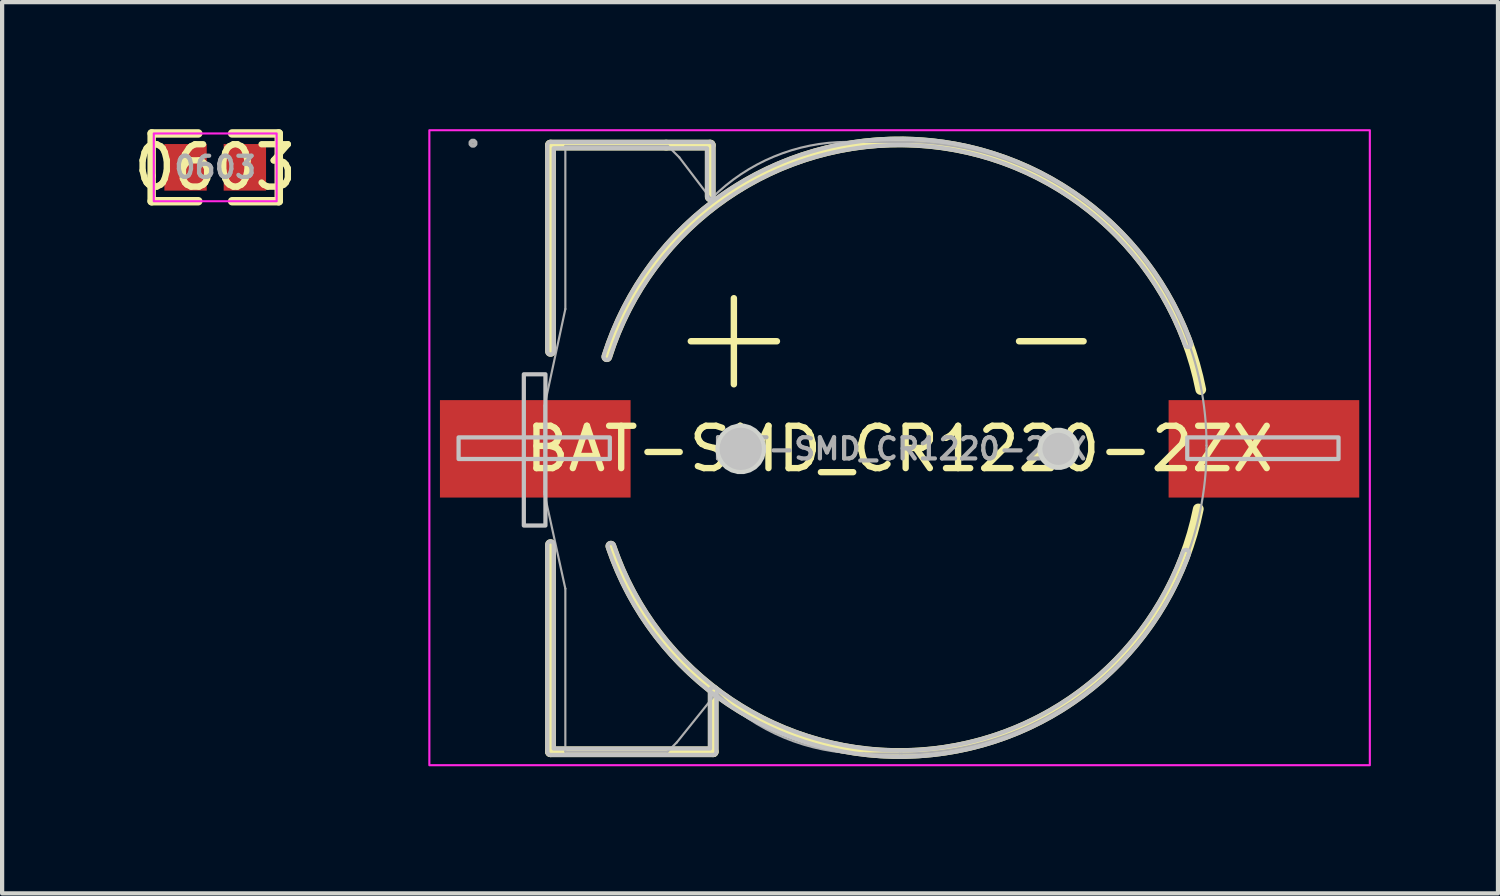
<source format=kicad_pcb>
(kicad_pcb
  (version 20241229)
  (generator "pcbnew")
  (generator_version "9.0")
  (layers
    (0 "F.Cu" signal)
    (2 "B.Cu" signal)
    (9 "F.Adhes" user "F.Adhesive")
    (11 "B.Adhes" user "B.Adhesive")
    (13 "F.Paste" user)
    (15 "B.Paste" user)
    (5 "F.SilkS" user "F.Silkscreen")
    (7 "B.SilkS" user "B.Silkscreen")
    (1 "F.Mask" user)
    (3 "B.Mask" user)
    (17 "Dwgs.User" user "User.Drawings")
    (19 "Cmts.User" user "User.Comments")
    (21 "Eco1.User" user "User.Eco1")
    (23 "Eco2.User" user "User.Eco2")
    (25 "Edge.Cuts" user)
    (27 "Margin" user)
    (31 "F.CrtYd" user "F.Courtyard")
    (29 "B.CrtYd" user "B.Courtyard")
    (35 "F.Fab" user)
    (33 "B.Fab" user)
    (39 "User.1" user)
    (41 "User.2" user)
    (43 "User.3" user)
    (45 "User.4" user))
  (footprint "BAT-SMD_CR1220-2ZX"
    (layer "F.Cu")
    (at 18.185 7.545)
    (property "Reference" "BAT-SMD_CR1220-2ZX" (at 0 0 0) (layer "F.SilkS") (effects (font (size 1 1) (thickness 0.15))))
    (fp_line (start -8.24 -7.17) (end -5.51 -7.17) (stroke (width 0.254) (type default)) (layer "F.SilkS"))
    (fp_line (start -8.24 -2.3) (end -8.24 -7.17) (stroke (width 0.254) (type default)) (layer "F.SilkS"))
    (fp_line (start -8.24 2.26) (end -8.24 7.15) (stroke (width 0.254) (type default)) (layer "F.SilkS"))
    (fp_line (start -8.24 7.15) (end -4.4 7.15) (stroke (width 0.254) (type default)) (layer "F.SilkS"))
    (fp_line (start -5.51 -7.17) (end -4.47 -7.17) (stroke (width 0.254) (type default)) (layer "F.SilkS"))
    (fp_line (start -4.928 -2.54) (end -2.896 -2.54) (stroke (width 0.152) (type default)) (layer "F.SilkS"))
    (fp_line (start -4.47 -7.17) (end -4.47 -5.95) (stroke (width 0.254) (type default)) (layer "F.SilkS"))
    (fp_line (start -4.4 5.706) (end -4.378 5.706) (stroke (width 0.254) (type default)) (layer "F.SilkS"))
    (fp_line (start -4.4 7.15) (end -4.4 5.706) (stroke (width 0.254) (type default)) (layer "F.SilkS"))
    (fp_line (start -3.912 -1.524) (end -3.912 -3.556) (stroke (width 0.152) (type default)) (layer "F.SilkS"))
    (fp_line (start 2.82 -2.54) (end 4.343 -2.54) (stroke (width 0.152) (type default)) (layer "F.SilkS"))
    (fp_arc (start -6.911 -2.175) (mid 0.400181 -7.234114) (end 7.109 -1.3995) (stroke (width 0.254) (type default)) (layer "F.SilkS"))
    (fp_arc (start 7.051 1.4185) (mid 0.454999 7.177863) (end -6.8155 2.2975) (stroke (width 0.254) (type default)) (layer "F.SilkS"))
    (fp_circle (center -3.75 0) (end -3.5 0) (stroke (width 0.5) (type default)) (fill no) (layer "Dwgs.User"))
    (fp_circle (center 3.75 0) (end 3.94 0) (stroke (width 0.38) (type default)) (fill no) (layer "Dwgs.User"))
    (fp_poly (pts (xy -10.41 -0.27) (xy -6.84 -0.27) (xy -6.84 0.24) (xy -10.41 0.24)) (stroke (width 0.1) (type default)) (fill no) (layer "Dwgs.User"))
    (fp_poly (pts (xy -8.87 1.81) (xy -8.87 -1.76) (xy -8.36 -1.76) (xy -8.36 1.81)) (stroke (width 0.1) (type default)) (fill no) (layer "Dwgs.User"))
    (fp_poly (pts (xy 6.79 -0.27) (xy 10.361 -0.27) (xy 10.361 0.24) (xy 6.79 0.24)) (stroke (width 0.1) (type default)) (fill no) (layer "Dwgs.User"))
    (fp_poly (pts (arc (start -8.165 -2.3) (mid -8.24 -2.225993) (end -8.315 -2.3)) (arc (start -8.315 -7.17) (mid -8.293033 -7.223033) (end -8.24 -7.245)) (xy -5.51 -7.245) (arc (start -4.47 -7.245) (mid -4.416967 -7.223033) (end -4.395 -7.17)) (arc (start -4.395 -5.95) (mid -4.47 -5.875993) (end -4.545 -5.95)) (xy -4.545 -7.095) (xy -5.51 -7.095) (xy -8.165 -7.095)) (stroke (width 0.1) (type default)) (fill no) (layer "Dwgs.User"))
    (fp_poly (pts (arc (start -4.325 7.15) (mid -4.346967 7.203033) (end -4.4 7.225)) (arc (start -8.24 7.225) (mid -8.293033 7.203033) (end -8.315 7.15)) (arc (start -8.315 2.26) (mid -8.292683 2.20761) (end -8.24 2.186)) (arc (start -8.24 2.186) (mid -8.187322 2.207615) (end -8.165 2.26)) (xy -8.165 7.075) (xy -4.475 7.075) (arc (start -4.475 5.7065) (mid -4.453033 5.653467) (end -4.4 5.6315)) (arc (start -4.378 5.6315) (mid -4.32561 5.653817) (end -4.304 5.7065)) (arc (start -4.304 5.7065) (mid -4.309374 5.734378) (end -4.325 5.758))) (stroke (width 0.1) (type default)) (fill no) (layer "Dwgs.User"))
    (fp_poly (pts (arc (start 6.738 -2.4525) (mid -0.158355 -7.168704) (end -6.8395 -2.1525)) (arc (start -6.8395 -2.1525) (mid -6.9335 -2.1035) (end -6.9825 -2.1975)) (arc (start -6.9825 -2.1975) (mid -0.161512 -7.318349) (end 6.879 -2.5035)) (arc (start 6.879 -2.5035) (mid 6.834 -2.4075) (end 6.738 -2.4525))) (stroke (width 0.1) (type default)) (fill no) (layer "Dwgs.User"))
    (fp_poly (pts (arc (start 0 7.2675) (mid -4.239371 5.902905) (end -6.8865 2.3215)) (arc (start -6.891 2.2965) (mid -6.869033 2.243467) (end -6.816 2.2215)) (arc (start -6.816 2.2215) (mid -6.771827 2.235888) (end -6.7445 2.2735)) (arc (start -6.7445 2.2735) (mid -4.15185 5.780936) (end 0 7.1175)) (arc (start 0 7.1175) (mid 4.082327 5.830387) (end 6.688 2.4345)) (arc (start 6.688 2.4345) (mid 6.715437 2.398631) (end 6.7585 2.385)) (arc (start 6.7585 2.385) (mid 6.811533 2.406967) (end 6.8335 2.46)) (arc (start 6.829 2.4855) (mid 4.168345 5.95297) (end 0 7.2675))) (stroke (width 0.1) (type default)) (fill no) (layer "Dwgs.User"))
    (fp_poly (pts (xy -3.155 -0.078) (xy -3.196 -0.23) (xy -3.274 -0.365) (xy -3.385 -0.476) (xy -3.52 -0.554) (xy -3.672 -0.595) (xy -3.828 -0.595) (xy -3.98 -0.554) (xy -4.115 -0.476) (xy -4.226 -0.365) (xy -4.304 -0.23) (xy -4.345 -0.078) (xy -4.345 0.078) (xy -4.304 0.23) (xy -4.226 0.365) (xy -4.115 0.476) (xy -3.98 0.554) (xy -3.828 0.595) (xy -3.672 0.595) (xy -3.52 0.554) (xy -3.385 0.476) (xy -3.274 0.365) (xy -3.196 0.23) (xy -3.155 0.078)) (stroke (width 0) (type default)) (fill yes) (layer "Edge.Cuts"))
    (fp_poly (pts (xy 4.246 -0.065) (xy 4.212 -0.191) (xy 4.147 -0.304) (xy 4.054 -0.397) (xy 3.941 -0.462) (xy 3.815 -0.496) (xy 3.685 -0.496) (xy 3.559 -0.462) (xy 3.446 -0.397) (xy 3.353 -0.304) (xy 3.288 -0.191) (xy 3.254 -0.065) (xy 3.254 0.065) (xy 3.288 0.191) (xy 3.353 0.304) (xy 3.446 0.397) (xy 3.559 0.462) (xy 3.685 0.496) (xy 3.815 0.496) (xy 3.941 0.462) (xy 4.054 0.397) (xy 4.147 0.304) (xy 4.212 0.191) (xy 4.246 0.065)) (stroke (width 0) (type default)) (fill yes) (layer "Edge.Cuts"))
    (fp_rect (start -11.1 -7.521) (end 11.1 7.468) (stroke (width 0.05) (type default)) (fill no) (layer "F.CrtYd"))
    (fp_line (start -8.382 -1.016) (end -7.89 -3.3) (stroke (width 0.051) (type default)) (layer "F.Fab"))
    (fp_line (start -8.382 1.016) (end -8.382 -1.016) (stroke (width 0.051) (type default)) (layer "F.Fab"))
    (fp_line (start -8.38 1.07) (end -8.382 1.016) (stroke (width 0.051) (type default)) (layer "F.Fab"))
    (fp_line (start -7.89 -7.15) (end -5.47 -7.15) (stroke (width 0.051) (type default)) (layer "F.Fab"))
    (fp_line (start -7.89 -3.3) (end -7.89 -7.15) (stroke (width 0.051) (type default)) (layer "F.Fab"))
    (fp_line (start -7.89 3.3) (end -8.38 1.07) (stroke (width 0.051) (type default)) (layer "F.Fab"))
    (fp_line (start -7.89 7.15) (end -7.89 3.3) (stroke (width 0.051) (type default)) (layer "F.Fab"))
    (fp_line (start -5.48 7.15) (end -7.89 7.15) (stroke (width 0.051) (type default)) (layer "F.Fab"))
    (fp_line (start -5.47 -7.15) (end -5.2 -6.88) (stroke (width 0.051) (type default)) (layer "F.Fab"))
    (fp_line (start -5.26 6.93) (end -5.48 7.15) (stroke (width 0.051) (type default)) (layer "F.Fab"))
    (fp_line (start -5.2 -6.88) (end -4.47 -5.92) (stroke (width 0.051) (type default)) (layer "F.Fab"))
    (fp_line (start -4.47 -5.92) (end -4.43 -5.92) (stroke (width 0.051) (type default)) (layer "F.Fab"))
    (fp_line (start -4.316 5.754) (end -5.26 6.93) (stroke (width 0.051) (type default)) (layer "F.Fab"))
    (fp_line (start -1.232 -7.245) (end 0.081 -7.245) (stroke (width 0.051) (type default)) (layer "F.Fab"))
    (fp_line (start 0 7.192) (end -0.843 7.192) (stroke (width 0.051) (type default)) (layer "F.Fab"))
    (fp_line (start 0.053 7.192) (end 0 7.192) (stroke (width 0.051) (type default)) (layer "F.Fab"))
    (fp_line (start 7.245 -0.08) (end 7.245 0) (stroke (width 0.051) (type default)) (layer "F.Fab"))
    (fp_arc (start -4.43 -5.92) (mid -2.962516 -6.900542) (end -1.2315 -7.245) (stroke (width 0.051) (type default)) (layer "F.Fab"))
    (fp_arc (start -0.8425 7.1925) (mid -2.72205 6.818634) (end -4.3155 5.754) (stroke (width 0.051) (type default)) (layer "F.Fab"))
    (fp_arc (start 0.0805 -7.245) (mid 5.14692 -5.14642) (end 7.245 -0.08) (stroke (width 0.051) (type default)) (layer "F.Fab"))
    (fp_arc (start 7.245 0) (mid 5.138512 5.085512) (end 0.053 7.1925) (stroke (width 0.051) (type default)) (layer "F.Fab"))
    (fp_poly (pts (xy -10.015 -7.238) (xy -10.047 -7.27) (xy -10.093 -7.27) (xy -10.125 -7.238) (xy -10.125 -7.192) (xy -10.093 -7.16) (xy -10.047 -7.16) (xy -10.015 -7.192)) (stroke (width 0.1) (type default)) (fill no) (layer "F.Fab"))
    (fp_poly (pts (xy -6.57 0.9) (xy -10.07 0.9) (xy -10.07 -0.9) (xy -6.57 -0.9)) (stroke (width 0.1) (type default)) (fill no) (layer "User.1"))
    (fp_poly (pts (xy 6.17 -0.9) (xy 9.67 -0.9) (xy 9.67 0.9) (xy 6.17 0.9)) (stroke (width 0.1) (type default)) (fill no) (layer "User.1"))
    (fp_text user "${REFERENCE}" (at 0 0 0) (layer "F.Fab") (effects (font (size 0.5 0.5) (thickness 0.1))))
    (pad "1" smd rect (at -8.6 0 180) (size 4.5 2.3) (layers "F.Cu" "F.Mask" "F.Paste"))
    (pad "2" smd rect (at 8.6 0 180) (size 4.5 2.3) (layers "F.Cu" "F.Mask" "F.Paste")))
  (footprint "0603"
    (layer "F.Cu")
    (at 2.03 0.9)
    (property "Reference" "0603" (at 0 0 0) (layer "F.SilkS") (effects (font (size 1 1) (thickness 0.15))))
    (fp_line (start -1.5 -0.8) (end -1.5 0.2) (stroke (width 0.2) (type default)) (layer "F.SilkS"))
    (fp_line (start -1.5 0.2) (end -1.5 0.8) (stroke (width 0.2) (type default)) (layer "F.SilkS"))
    (fp_line (start -1.5 0.8) (end -0.4 0.8) (stroke (width 0.2) (type default)) (layer "F.SilkS"))
    (fp_line (start -0.4 -0.8) (end -1.5 -0.8) (stroke (width 0.2) (type default)) (layer "F.SilkS"))
    (fp_line (start 0.4 -0.8) (end 1.5 -0.8) (stroke (width 0.2) (type default)) (layer "F.SilkS"))
    (fp_line (start 1.5 -0.8) (end 1.5 0.8) (stroke (width 0.2) (type default)) (layer "F.SilkS"))
    (fp_line (start 1.5 0.8) (end 0.4 0.8) (stroke (width 0.2) (type default)) (layer "F.SilkS"))
    (fp_rect (start -1.45 -0.8) (end 1.45 0.8) (stroke (width 0.05) (type default)) (fill no) (layer "F.CrtYd"))
    (fp_text user "${REFERENCE}" (at 0 0 0) (layer "F.Fab") (effects (font (size 0.5 0.5) (thickness 0.1))))
    (pad "1" smd rect (at -0.7 0) (size 1 1.1) (layers "F.Cu" "F.Mask" "F.Paste"))
    (pad "2" smd rect (at 0.7 0) (size 1 1.1) (layers "F.Cu" "F.Mask" "F.Paste")))
  (gr_rect
    (start -3 -3)
    (end 32.31 18.038)
    (stroke (width 0.1) (type default))
    (fill no)
    (layer "Edge.Cuts")))
</source>
